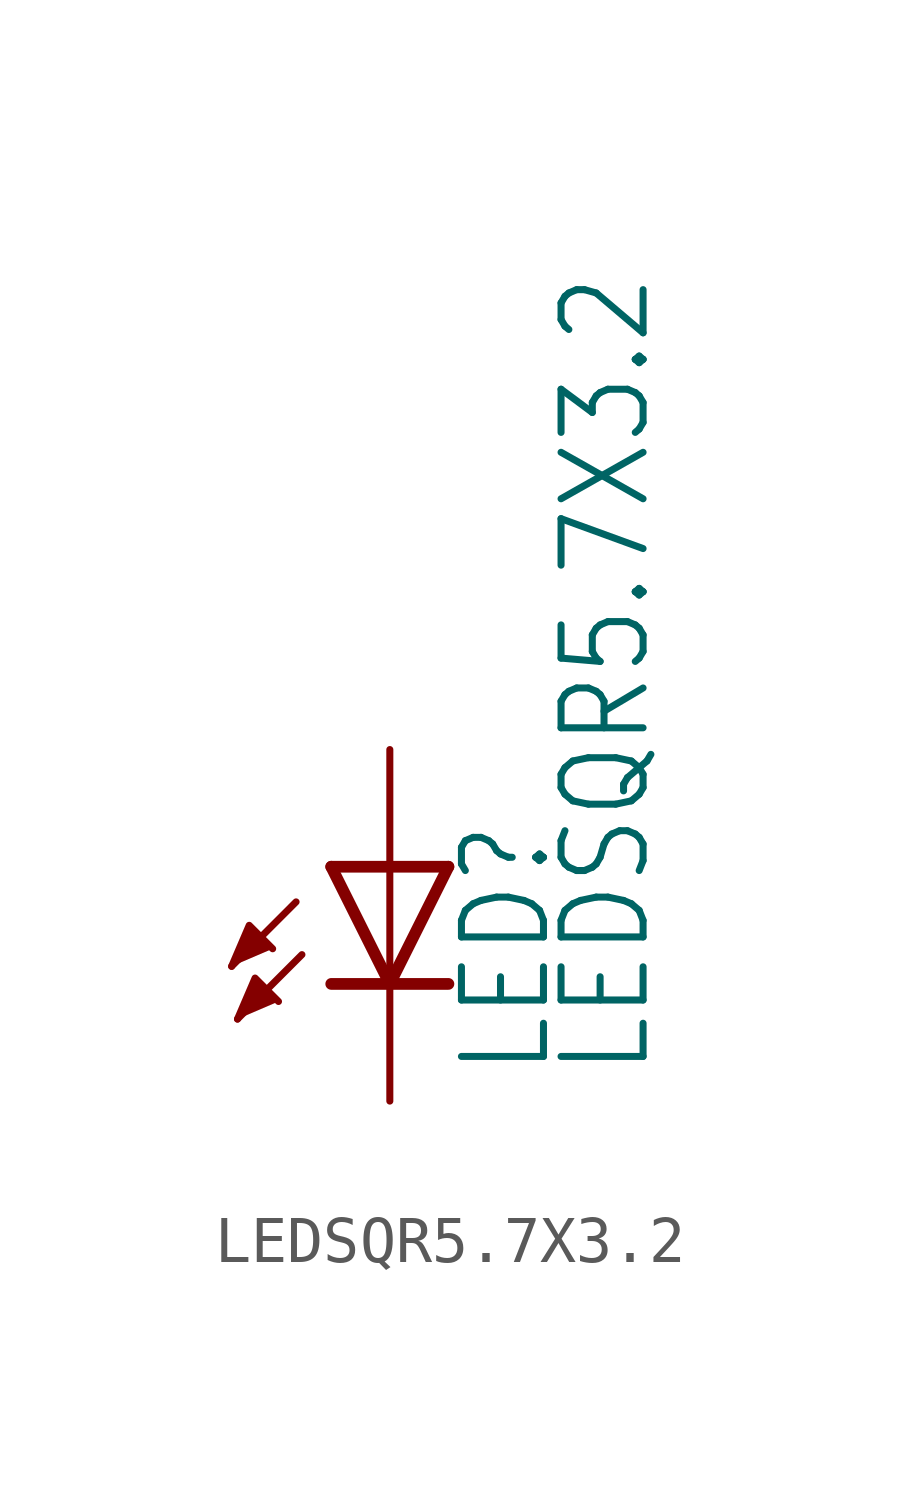
<source format=kicad_sym>
(kicad_symbol_lib
  (version 20220331)
  (generator kicad_symbol_editor)
  (symbol "LEDSQR5.7X3.2"
    (property "Reference" "LED"
      (at 3.556 -4.572 90)
      (effects (font (size 1.778 1.511)) (justify left bottom)))
    (property "Value" "LEDSQR5.7X3.2"
      (at 5.715 -4.572 90)
      (effects (font (size 1.778 1.511)) (justify left bottom)))
    (property "ki_locked" ""
      (at 0 0 0)
      (effects (font (size 1.27 1.27))))
    (symbol "LEDSQR5.7X3.2_1_0"
      (polyline (pts (xy -2.032 -0.762) (xy -3.429 -2.159)) (stroke (width 0.152) (type solid)) (fill (type none)))
      (polyline (pts (xy -1.905 -1.905) (xy -3.302 -3.302)) (stroke (width 0.152) (type solid)) (fill (type none)))
      (polyline (pts (xy 0 -2.54) (xy -1.27 -2.54)) (stroke (width 0.254) (type solid)) (fill (type none)))
      (polyline (pts (xy 0 -2.54) (xy -1.27 0)) (stroke (width 0.254) (type solid)) (fill (type none)))
      (polyline (pts (xy 0 0) (xy -1.27 0)) (stroke (width 0.254) (type solid)) (fill (type none)))
      (polyline (pts (xy 0 0) (xy 0 -2.54)) (stroke (width 0.152) (type solid)) (fill (type none)))
      (polyline (pts (xy 1.27 -2.54) (xy 0 -2.54)) (stroke (width 0.254) (type solid)) (fill (type none)))
      (polyline (pts (xy 1.27 0) (xy 0 -2.54)) (stroke (width 0.254) (type solid)) (fill (type none)))
      (polyline (pts (xy 1.27 0) (xy 0 0)) (stroke (width 0.254) (type solid)) (fill (type none)))
      (polyline (pts (xy -3.429 -2.159) (xy -3.048 -1.27) (xy -2.54 -1.778)) (stroke (width 0) (type default)) (fill (type outline)))
      (polyline (pts (xy -3.302 -3.302) (xy -2.921 -2.413) (xy -2.413 -2.921)) (stroke (width 0) (type default)) (fill (type outline)))
      (pin passive line (at 0 2.54 270) (length 2.54) (name "A" (effects (font (size 0 0)))) (number "A" (effects (font (size 0 0)))))
      (pin passive line (at 0 -5.08 90) (length 2.54) (name "C" (effects (font (size 0 0)))) (number "K" (effects (font (size 0 0))))))))
</source>
